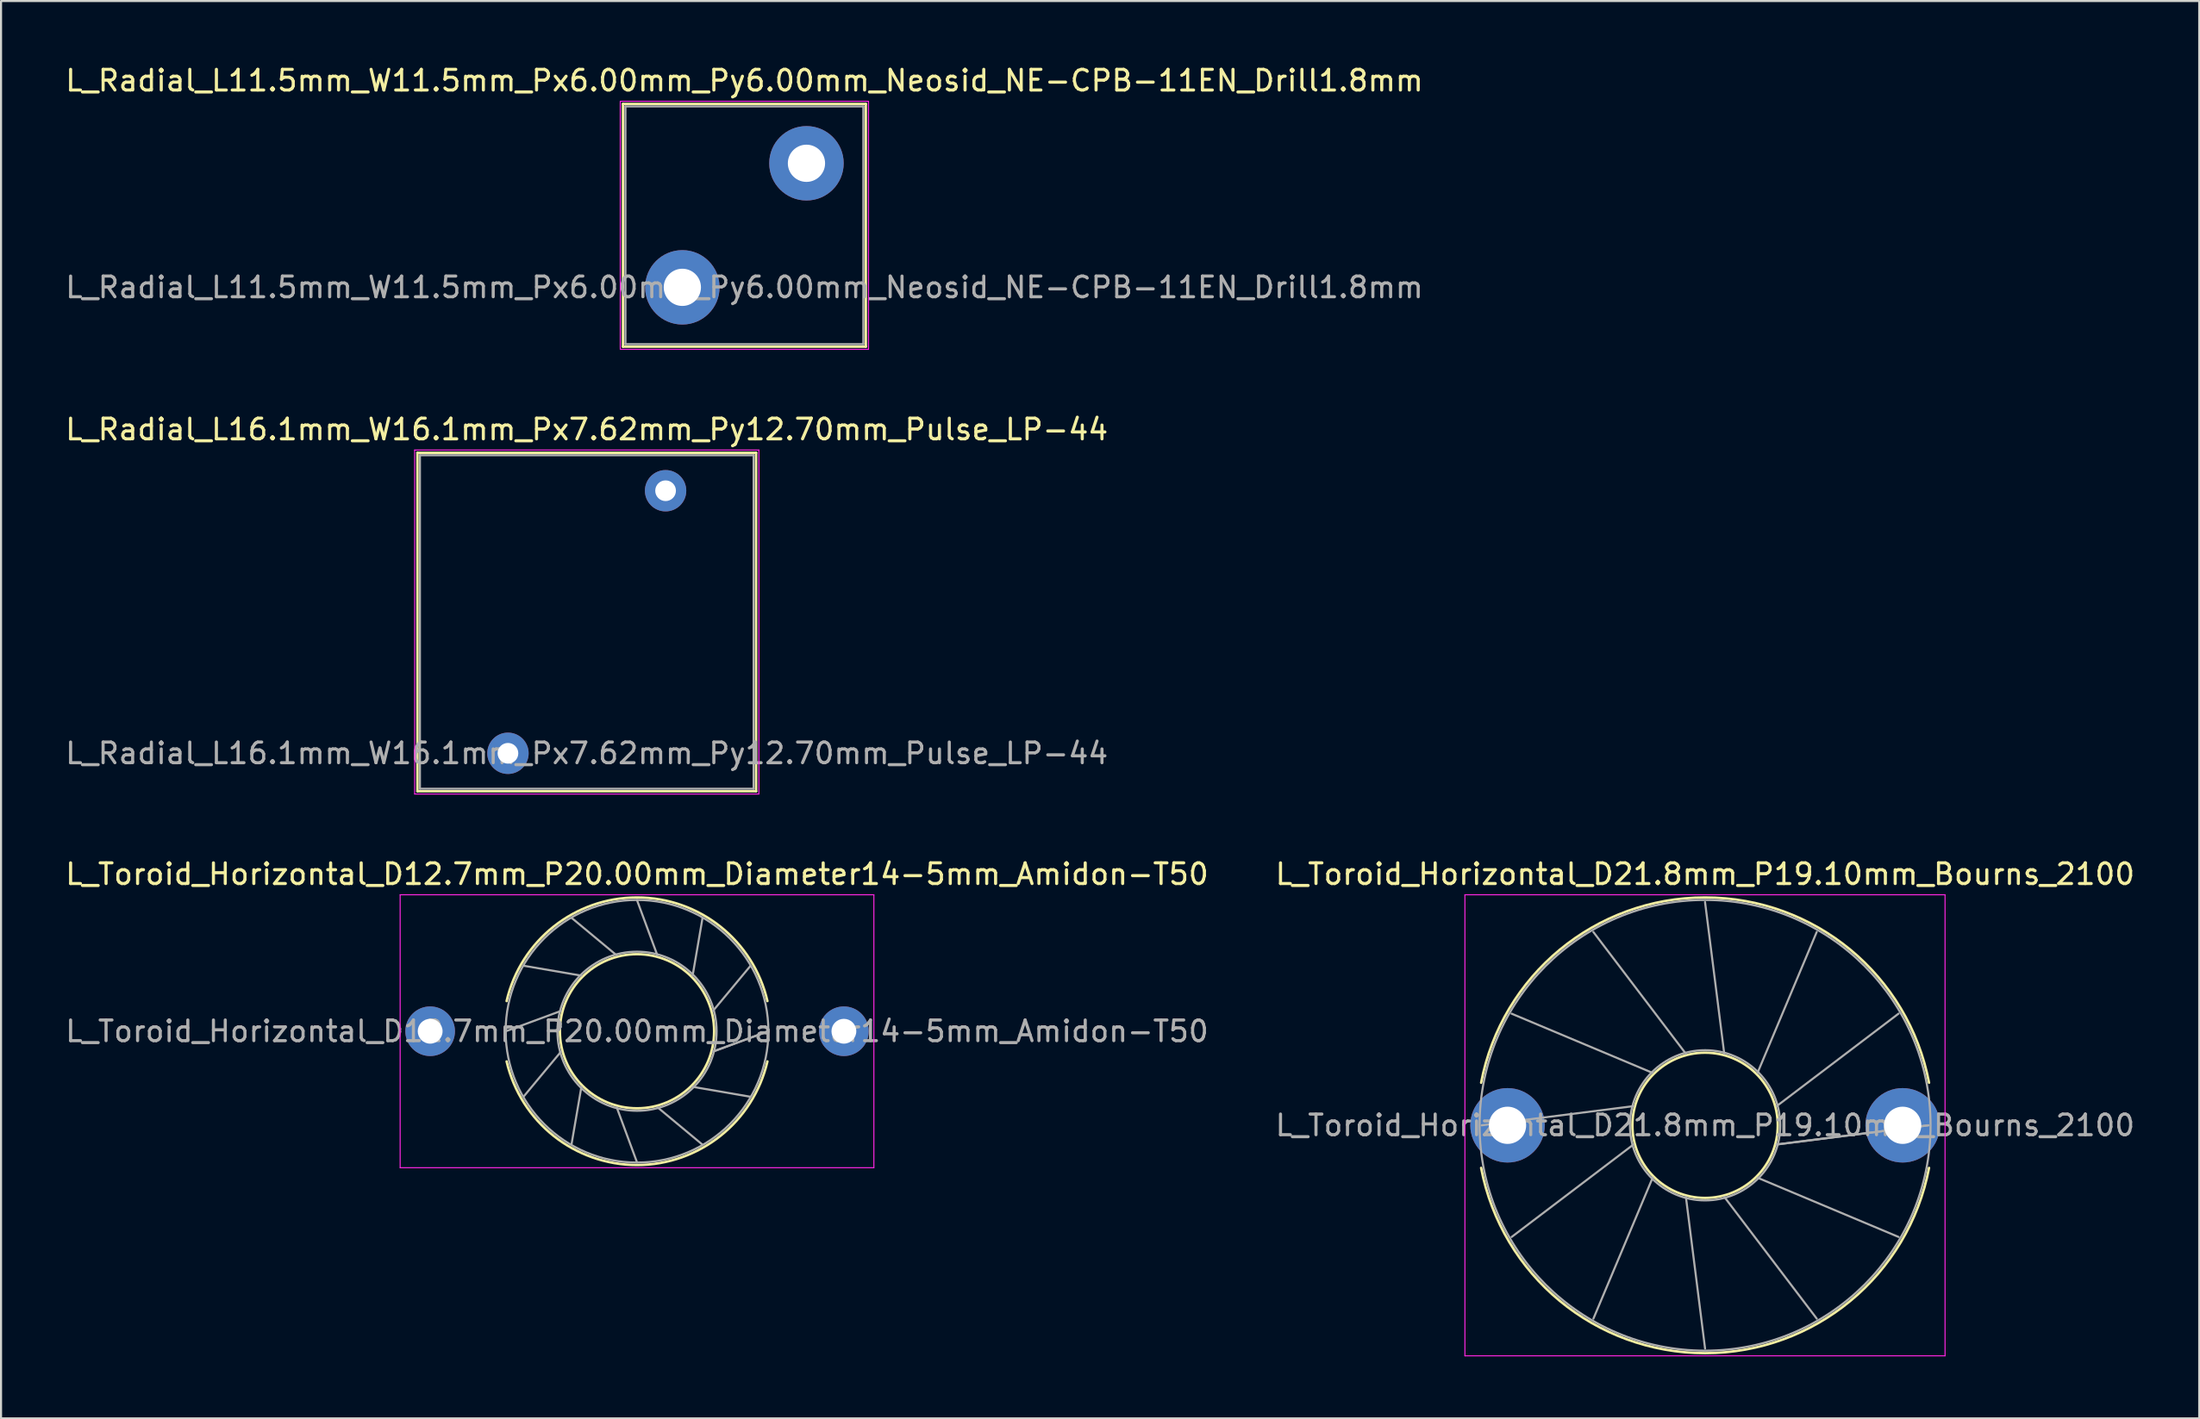
<source format=kicad_pcb>
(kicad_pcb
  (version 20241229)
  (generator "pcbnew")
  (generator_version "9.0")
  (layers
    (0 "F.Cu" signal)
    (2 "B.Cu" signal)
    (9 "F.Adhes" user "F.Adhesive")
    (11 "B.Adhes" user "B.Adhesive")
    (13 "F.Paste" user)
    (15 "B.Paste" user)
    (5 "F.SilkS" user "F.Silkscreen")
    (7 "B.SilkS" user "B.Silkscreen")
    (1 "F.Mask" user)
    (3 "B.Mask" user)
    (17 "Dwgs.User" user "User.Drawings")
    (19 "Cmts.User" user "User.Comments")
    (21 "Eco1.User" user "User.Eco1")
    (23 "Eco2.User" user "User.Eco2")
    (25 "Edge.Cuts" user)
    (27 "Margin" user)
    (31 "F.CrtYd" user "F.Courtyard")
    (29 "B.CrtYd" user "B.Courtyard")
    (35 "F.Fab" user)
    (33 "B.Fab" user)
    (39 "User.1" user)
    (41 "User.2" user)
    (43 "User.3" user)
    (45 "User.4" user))
  (footprint "L_Toroid_Horizontal_D21.8mm_P19.10mm_Bourns_2100"
    (layer "F.Cu")
    (at 69.825 51.38)
    (property "Reference" "L_Toroid_Horizontal_D21.8mm_P19.10mm_Bourns_2100" (at 9.55 -12.15 0) (layer "F.SilkS") (effects (font (size 1 1) (thickness 0.15))))
    (attr through_hole)
    (fp_arc (start -1.275747 -2.06) (mid 9.55 -11.02) (end 20.375747 -2.06) (stroke (width 0.12) (type solid)) (layer "F.SilkS"))
    (fp_arc (start 20.375747 2.06) (mid 9.55 11.02) (end -1.275747 2.06) (stroke (width 0.12) (type solid)) (layer "F.SilkS"))
    (fp_circle (center 9.55 0) (end 13.063 0) (stroke (width 0.12) (type solid)) (fill no) (layer "F.SilkS"))
    (fp_line (start -2.06 -11.15) (end -2.06 11.15) (stroke (width 0.05) (type solid)) (layer "F.CrtYd"))
    (fp_line (start -2.06 11.15) (end 21.15 11.15) (stroke (width 0.05) (type solid)) (layer "F.CrtYd"))
    (fp_line (start 21.15 -11.15) (end -2.06 -11.15) (stroke (width 0.05) (type solid)) (layer "F.CrtYd"))
    (fp_line (start 21.15 11.15) (end 21.15 -11.15) (stroke (width 0.05) (type solid)) (layer "F.CrtYd"))
    (fp_line (start -1.25 0.001) (end 6.088 -0.927) (stroke (width 0.1) (type solid)) (layer "F.Fab"))
    (fp_line (start 0.197 -5.399) (end 7.016 -2.534) (stroke (width 0.1) (type solid)) (layer "F.Fab"))
    (fp_line (start 0.198 5.401) (end 6.089 0.928) (stroke (width 0.1) (type solid)) (layer "F.Fab"))
    (fp_line (start 4.149 -9.352) (end 8.622 -3.461) (stroke (width 0.1) (type solid)) (layer "F.Fab"))
    (fp_line (start 4.151 9.353) (end 7.016 2.534) (stroke (width 0.1) (type solid)) (layer "F.Fab"))
    (fp_line (start 9.548 -10.8) (end 10.477 -3.462) (stroke (width 0.1) (type solid)) (layer "F.Fab"))
    (fp_line (start 9.55 10.8) (end 8.623 3.462) (stroke (width 0.1) (type solid)) (layer "F.Fab"))
    (fp_line (start 14.948 -9.354) (end 12.084 -2.534) (stroke (width 0.1) (type solid)) (layer "F.Fab"))
    (fp_line (start 14.95 9.353) (end 10.478 3.461) (stroke (width 0.1) (type solid)) (layer "F.Fab"))
    (fp_line (start 18.902 -5.401) (end 13.011 -0.928) (stroke (width 0.1) (type solid)) (layer "F.Fab"))
    (fp_line (start 18.903 5.4) (end 12.084 2.534) (stroke (width 0.1) (type solid)) (layer "F.Fab"))
    (fp_line (start 20.35 -0.002) (end 13.012 0.927) (stroke (width 0.1) (type solid)) (layer "F.Fab"))
    (fp_line (start 20.35 0) (end 13.011 0.927) (stroke (width 0.1) (type solid)) (layer "F.Fab"))
    (fp_circle (center 9.55 0) (end 13.183 0) (stroke (width 0.1) (type solid)) (fill no) (layer "F.Fab"))
    (fp_circle (center 9.55 0) (end 20.45 0) (stroke (width 0.1) (type solid)) (fill no) (layer "F.Fab"))
    (fp_text user "${REFERENCE}" (at 9.55 0 0) (layer "F.Fab") (effects (font (size 1 1) (thickness 0.15))))
    (pad "1" thru_hole circle (at 0 0) (size 3.6 3.6) (drill 1.8) (layers "*.Cu" "*.Mask"))
    (pad "2" thru_hole circle (at 19.1 0) (size 3.6 3.6) (drill 1.8) (layers "*.Cu" "*.Mask")))
  (footprint "L_Toroid_Horizontal_D12.7mm_P20.00mm_Diameter14-5mm_Amidon-T50"
    (layer "F.Cu")
    (at 17.744 46.83)
    (property "Reference" "L_Toroid_Horizontal_D12.7mm_P20.00mm_Diameter14-5mm_Amidon-T50" (at 10 -7.6 0) (layer "F.SilkS") (effects (font (size 1 1) (thickness 0.15))))
    (attr through_hole)
    (fp_arc (start 3.696882 -1.46) (mid 10 -6.47) (end 16.303118 -1.46) (stroke (width 0.12) (type solid)) (layer "F.SilkS"))
    (fp_arc (start 16.303118 1.46) (mid 10 6.47) (end 3.696882 1.46) (stroke (width 0.12) (type solid)) (layer "F.SilkS"))
    (fp_circle (center 10 0) (end 13.728 0) (stroke (width 0.12) (type solid)) (fill no) (layer "F.SilkS"))
    (fp_line (start -1.45 -6.6) (end -1.45 6.6) (stroke (width 0.05) (type solid)) (layer "F.CrtYd"))
    (fp_line (start -1.45 6.6) (end 21.45 6.6) (stroke (width 0.05) (type solid)) (layer "F.CrtYd"))
    (fp_line (start 21.45 -6.6) (end -1.45 -6.6) (stroke (width 0.05) (type solid)) (layer "F.CrtYd"))
    (fp_line (start 21.45 6.6) (end 21.45 -6.6) (stroke (width 0.05) (type solid)) (layer "F.CrtYd"))
    (fp_line (start 3.659 0.001) (end 6.327 -0.984) (stroke (width 0.1) (type solid)) (layer "F.Fab"))
    (fp_line (start 4.509 -3.17) (end 7.311 -2.689) (stroke (width 0.1) (type solid)) (layer "F.Fab"))
    (fp_line (start 4.509 3.171) (end 6.327 0.985) (stroke (width 0.1) (type solid)) (layer "F.Fab"))
    (fp_line (start 6.829 -5.491) (end 9.015 -3.673) (stroke (width 0.1) (type solid)) (layer "F.Fab"))
    (fp_line (start 6.83 5.491) (end 7.311 2.689) (stroke (width 0.1) (type solid)) (layer "F.Fab"))
    (fp_line (start 9.999 -6.341) (end 10.984 -3.673) (stroke (width 0.1) (type solid)) (layer "F.Fab"))
    (fp_line (start 10 6.341) (end 9.016 3.673) (stroke (width 0.1) (type solid)) (layer "F.Fab"))
    (fp_line (start 13.169 -5.492) (end 12.688 -2.689) (stroke (width 0.1) (type solid)) (layer "F.Fab"))
    (fp_line (start 13.17 5.491) (end 10.984 3.673) (stroke (width 0.1) (type solid)) (layer "F.Fab"))
    (fp_line (start 15.491 -3.171) (end 13.673 -0.985) (stroke (width 0.1) (type solid)) (layer "F.Fab"))
    (fp_line (start 15.491 3.17) (end 12.689 2.689) (stroke (width 0.1) (type solid)) (layer "F.Fab"))
    (fp_line (start 16.341 -0.001) (end 13.673 0.983) (stroke (width 0.1) (type solid)) (layer "F.Fab"))
    (fp_line (start 16.341 0) (end 13.673 0.984) (stroke (width 0.1) (type solid)) (layer "F.Fab"))
    (fp_circle (center 10 0) (end 13.848 0) (stroke (width 0.1) (type solid)) (fill no) (layer "F.Fab"))
    (fp_circle (center 10 0) (end 16.35 0) (stroke (width 0.1) (type solid)) (fill no) (layer "F.Fab"))
    (fp_text user "${REFERENCE}" (at 10 0 0) (layer "F.Fab") (effects (font (size 1 1) (thickness 0.15))))
    (pad "1" thru_hole circle (at 0 0) (size 2.4 2.4) (drill 1.2) (layers "*.Cu" "*.Mask"))
    (pad "2" thru_hole circle (at 20 0) (size 2.4 2.4) (drill 1.2) (layers "*.Cu" "*.Mask")))
  (footprint "L_Radial_L16.1mm_W16.1mm_Px7.62mm_Py12.70mm_Pulse_LP-44"
    (layer "F.Cu")
    (at 21.505 33.386)
    (property "Reference" "L_Radial_L16.1mm_W16.1mm_Px7.62mm_Py12.70mm_Pulse_LP-44" (at 3.81 -15.665 0) (layer "F.SilkS") (effects (font (size 1 1) (thickness 0.15))))
    (attr through_hole)
    (fp_line (start -4.375 -14.535) (end -4.375 1.835) (stroke (width 0.12) (type solid)) (layer "F.SilkS"))
    (fp_line (start -4.375 -14.535) (end 11.995 -14.535) (stroke (width 0.12) (type solid)) (layer "F.SilkS"))
    (fp_line (start -4.375 1.835) (end 11.995 1.835) (stroke (width 0.12) (type solid)) (layer "F.SilkS"))
    (fp_line (start 11.995 -14.535) (end 11.995 1.835) (stroke (width 0.12) (type solid)) (layer "F.SilkS"))
    (fp_line (start -4.51 -14.67) (end -4.51 1.97) (stroke (width 0.05) (type solid)) (layer "F.CrtYd"))
    (fp_line (start -4.51 1.97) (end 12.13 1.97) (stroke (width 0.05) (type solid)) (layer "F.CrtYd"))
    (fp_line (start 12.13 -14.67) (end -4.51 -14.67) (stroke (width 0.05) (type solid)) (layer "F.CrtYd"))
    (fp_line (start 12.13 1.97) (end 12.13 -14.67) (stroke (width 0.05) (type solid)) (layer "F.CrtYd"))
    (fp_line (start -4.255 -14.415) (end -4.255 1.715) (stroke (width 0.1) (type solid)) (layer "F.Fab"))
    (fp_line (start -4.255 1.715) (end 11.875 1.715) (stroke (width 0.1) (type solid)) (layer "F.Fab"))
    (fp_line (start 11.875 -14.415) (end -4.255 -14.415) (stroke (width 0.1) (type solid)) (layer "F.Fab"))
    (fp_line (start 11.875 1.715) (end 11.875 -14.415) (stroke (width 0.1) (type solid)) (layer "F.Fab"))
    (fp_text user "${REFERENCE}" (at 3.81 0 0) (layer "F.Fab") (effects (font (size 1 1) (thickness 0.15))))
    (pad "1" thru_hole circle (at 0 0) (size 2 2) (drill 1) (layers "*.Cu" "*.Mask"))
    (pad "2" thru_hole circle (at 7.62 -12.7) (size 2 2) (drill 1) (layers "*.Cu" "*.Mask")))
  (footprint "L_Radial_L11.5mm_W11.5mm_Px6.00mm_Py6.00mm_Neosid_NE-CPB-11EN_Drill1.8mm"
    (layer "F.Cu")
    (at 29.935 10.848)
    (property "Reference" "L_Radial_L11.5mm_W11.5mm_Px6.00mm_Py6.00mm_Neosid_NE-CPB-11EN_Drill1.8mm" (at 3 -10 0) (layer "F.SilkS") (effects (font (size 1 1) (thickness 0.15))))
    (attr through_hole)
    (fp_line (start -2.87 -8.87) (end -2.87 2.87) (stroke (width 0.12) (type solid)) (layer "F.SilkS"))
    (fp_line (start -2.87 -8.87) (end 8.87 -8.87) (stroke (width 0.12) (type solid)) (layer "F.SilkS"))
    (fp_line (start -2.87 2.87) (end 8.87 2.87) (stroke (width 0.12) (type solid)) (layer "F.SilkS"))
    (fp_line (start 8.87 -8.87) (end 8.87 2.87) (stroke (width 0.12) (type solid)) (layer "F.SilkS"))
    (fp_line (start -3 -9) (end -3 3) (stroke (width 0.05) (type solid)) (layer "F.CrtYd"))
    (fp_line (start -3 3) (end 9 3) (stroke (width 0.05) (type solid)) (layer "F.CrtYd"))
    (fp_line (start 9 -9) (end -3 -9) (stroke (width 0.05) (type solid)) (layer "F.CrtYd"))
    (fp_line (start 9 3) (end 9 -9) (stroke (width 0.05) (type solid)) (layer "F.CrtYd"))
    (fp_line (start -2.75 -8.75) (end -2.75 2.75) (stroke (width 0.1) (type solid)) (layer "F.Fab"))
    (fp_line (start -2.75 2.75) (end 8.75 2.75) (stroke (width 0.1) (type solid)) (layer "F.Fab"))
    (fp_line (start 8.75 -8.75) (end -2.75 -8.75) (stroke (width 0.1) (type solid)) (layer "F.Fab"))
    (fp_line (start 8.75 2.75) (end 8.75 -8.75) (stroke (width 0.1) (type solid)) (layer "F.Fab"))
    (fp_text user "${REFERENCE}" (at 3 0 0) (layer "F.Fab") (effects (font (size 1 1) (thickness 0.15))))
    (pad "1" thru_hole circle (at 0 0) (size 3.6 3.6) (drill 1.8) (layers "*.Cu" "*.Mask"))
    (pad "2" thru_hole circle (at 6 -6) (size 3.6 3.6) (drill 1.8) (layers "*.Cu" "*.Mask")))
  (gr_rect
    (start -3 -3)
    (end 103.262 65.555)
    (stroke (width 0.1) (type default))
    (fill no)
    (layer "Edge.Cuts")))
</source>
